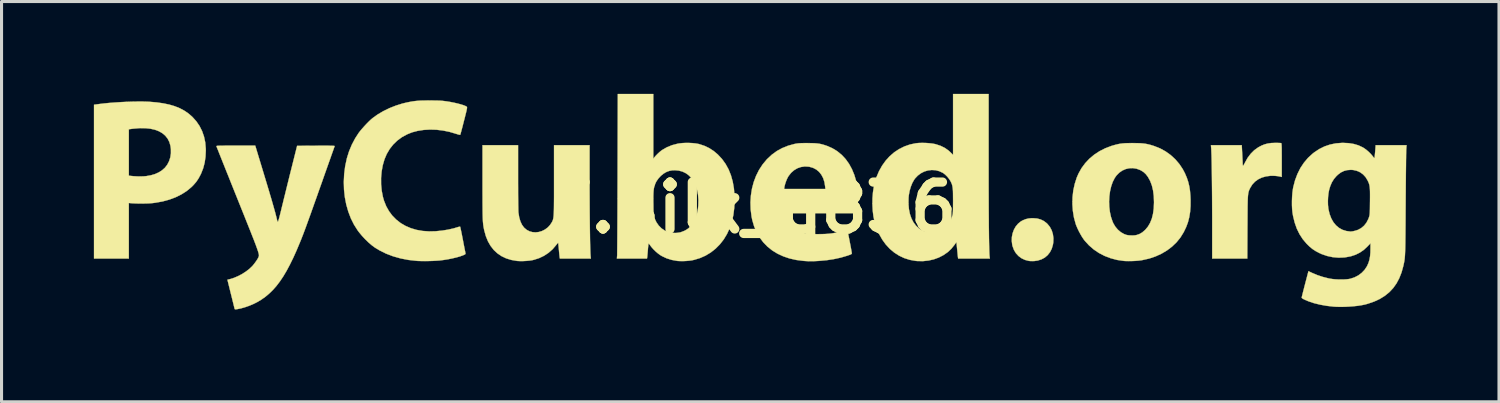
<source format=kicad_pcb>
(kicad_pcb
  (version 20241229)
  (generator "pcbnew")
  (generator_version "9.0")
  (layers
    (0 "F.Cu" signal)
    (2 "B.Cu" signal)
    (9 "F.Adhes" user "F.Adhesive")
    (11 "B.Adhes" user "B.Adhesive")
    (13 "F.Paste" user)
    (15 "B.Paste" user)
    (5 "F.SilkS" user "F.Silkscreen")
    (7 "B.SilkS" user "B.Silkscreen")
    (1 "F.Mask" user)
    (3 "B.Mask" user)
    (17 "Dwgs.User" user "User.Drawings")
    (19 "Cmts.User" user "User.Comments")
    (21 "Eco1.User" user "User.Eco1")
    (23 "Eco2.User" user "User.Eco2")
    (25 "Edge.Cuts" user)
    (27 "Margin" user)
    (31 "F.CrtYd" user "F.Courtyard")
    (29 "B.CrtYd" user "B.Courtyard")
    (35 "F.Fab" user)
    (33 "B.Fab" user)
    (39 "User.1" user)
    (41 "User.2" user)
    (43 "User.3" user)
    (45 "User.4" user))
  (footprint "F.Silk_g836"
    (layer "F.Cu")
    (at 21.443 3.701)
    (property "Reference" "F.Silk_g836" (at 0 0 0) (layer "F.SilkS") (effects (font (size 1.524 1.524) (thickness 0.3))))
    (attr through_hole)
    (fp_poly (pts (xy 9.206 0.349) (xy 9.322 0.38) (xy 9.427 0.431) (xy 9.521 0.503) (xy 9.544 0.526) (xy 9.623 0.623) (xy 9.682 0.734) (xy 9.72 0.856) (xy 9.738 0.987) (xy 9.734 1.123) (xy 9.721 1.203) (xy 9.683 1.332) (xy 9.625 1.445) (xy 9.549 1.541) (xy 9.457 1.619) (xy 9.349 1.677) (xy 9.226 1.716) (xy 9.111 1.732) (xy 9.051 1.733) (xy 8.99 1.732) (xy 8.941 1.727) (xy 8.94 1.727) (xy 8.816 1.695) (xy 8.703 1.642) (xy 8.604 1.569) (xy 8.521 1.479) (xy 8.456 1.372) (xy 8.411 1.251) (xy 8.4 1.209) (xy 8.384 1.079) (xy 8.388 0.952) (xy 8.412 0.829) (xy 8.454 0.714) (xy 8.512 0.61) (xy 8.587 0.52) (xy 8.675 0.447) (xy 8.738 0.411) (xy 8.832 0.372) (xy 8.924 0.349) (xy 9.025 0.339) (xy 9.075 0.339) (xy 9.206 0.349)) (stroke (width 0.01) (type solid)) (fill yes) (layer "F.SilkS"))
    (fp_poly (pts (xy -19.852 -3.451) (xy -19.704 -3.447) (xy -19.643 -3.444) (xy -19.405 -3.424) (xy -19.188 -3.393) (xy -18.992 -3.352) (xy -18.814 -3.299) (xy -18.652 -3.234) (xy -18.505 -3.156) (xy -18.372 -3.065) (xy -18.25 -2.96) (xy -18.243 -2.953) (xy -18.115 -2.811) (xy -18.009 -2.656) (xy -17.925 -2.489) (xy -17.863 -2.31) (xy -17.823 -2.119) (xy -17.806 -1.917) (xy -17.805 -1.862) (xy -17.815 -1.656) (xy -17.843 -1.465) (xy -17.89 -1.285) (xy -17.958 -1.112) (xy -17.977 -1.073) (xy -18.044 -0.949) (xy -18.117 -0.841) (xy -18.203 -0.741) (xy -18.273 -0.671) (xy -18.425 -0.545) (xy -18.596 -0.436) (xy -18.784 -0.342) (xy -18.99 -0.265) (xy -19.21 -0.205) (xy -19.446 -0.163) (xy -19.533 -0.152) (xy -19.616 -0.145) (xy -19.718 -0.14) (xy -19.83 -0.138) (xy -19.944 -0.137) (xy -20.053 -0.139) (xy -20.15 -0.143) (xy -20.19 -0.145) (xy -20.307 -0.155) (xy -20.307 1.651) (xy -21.438 1.651) (xy -21.438 -2.55) (xy -20.307 -2.55) (xy -20.307 -1.043) (xy -20.253 -1.036) (xy -20.154 -1.026) (xy -20.044 -1.02) (xy -19.933 -1.018) (xy -19.829 -1.021) (xy -19.741 -1.028) (xy -19.737 -1.029) (xy -19.587 -1.056) (xy -19.455 -1.095) (xy -19.335 -1.149) (xy -19.232 -1.214) (xy -19.137 -1.297) (xy -19.059 -1.397) (xy -19 -1.511) (xy -18.959 -1.636) (xy -18.939 -1.77) (xy -18.94 -1.911) (xy -18.954 -2.012) (xy -18.99 -2.137) (xy -19.046 -2.246) (xy -19.122 -2.342) (xy -19.217 -2.422) (xy -19.33 -2.487) (xy -19.461 -2.536) (xy -19.609 -2.569) (xy -19.774 -2.586) (xy -19.955 -2.587) (xy -20.15 -2.571) (xy -20.209 -2.564) (xy -20.307 -2.55) (xy -21.438 -2.55) (xy -21.438 -3.348) (xy -21.276 -3.37) (xy -21.119 -3.389) (xy -20.947 -3.406) (xy -20.764 -3.42) (xy -20.574 -3.432) (xy -20.383 -3.442) (xy -20.196 -3.448) (xy -20.017 -3.451) (xy -19.852 -3.451)) (stroke (width 0.01) (type solid)) (fill yes) (layer "F.SilkS"))
    (fp_poly (pts (xy 17.013 -2.108) (xy 17.07 -2.106) (xy 17.112 -2.104) (xy 17.136 -2.101) (xy 17.138 -2.1) (xy 17.143 -2.096) (xy 17.147 -2.087) (xy 17.15 -2.07) (xy 17.152 -2.043) (xy 17.154 -2.004) (xy 17.156 -1.951) (xy 17.157 -1.881) (xy 17.157 -1.792) (xy 17.158 -1.683) (xy 17.158 -1.551) (xy 17.158 -1.547) (xy 17.158 -1) (xy 17.129 -1.008) (xy 17.04 -1.026) (xy 16.936 -1.037) (xy 16.827 -1.039) (xy 16.788 -1.038) (xy 16.643 -1.019) (xy 16.51 -0.981) (xy 16.391 -0.924) (xy 16.287 -0.848) (xy 16.201 -0.756) (xy 16.133 -0.646) (xy 16.131 -0.642) (xy 16.117 -0.613) (xy 16.104 -0.586) (xy 16.093 -0.559) (xy 16.084 -0.532) (xy 16.076 -0.502) (xy 16.069 -0.467) (xy 16.064 -0.426) (xy 16.059 -0.376) (xy 16.055 -0.316) (xy 16.052 -0.244) (xy 16.05 -0.159) (xy 16.048 -0.058) (xy 16.047 0.06) (xy 16.046 0.198) (xy 16.045 0.356) (xy 16.044 0.537) (xy 16.043 0.632) (xy 16.038 1.651) (xy 14.897 1.651) (xy 14.897 0.505) (xy 14.897 0.287) (xy 14.896 0.069) (xy 14.895 -0.147) (xy 14.894 -0.359) (xy 14.892 -0.565) (xy 14.89 -0.764) (xy 14.888 -0.954) (xy 14.886 -1.133) (xy 14.883 -1.3) (xy 14.881 -1.452) (xy 14.878 -1.588) (xy 14.875 -1.706) (xy 14.871 -1.804) (xy 14.868 -1.881) (xy 14.865 -1.935) (xy 14.864 -1.946) (xy 14.856 -2.032) (xy 15.858 -2.032) (xy 15.873 -1.756) (xy 15.877 -1.671) (xy 15.881 -1.592) (xy 15.885 -1.522) (xy 15.887 -1.468) (xy 15.888 -1.433) (xy 15.888 -1.426) (xy 15.89 -1.392) (xy 15.896 -1.369) (xy 15.899 -1.366) (xy 15.909 -1.374) (xy 15.926 -1.4) (xy 15.948 -1.44) (xy 15.962 -1.466) (xy 16.048 -1.621) (xy 16.148 -1.754) (xy 16.262 -1.868) (xy 16.392 -1.962) (xy 16.501 -2.02) (xy 16.6 -2.06) (xy 16.701 -2.087) (xy 16.811 -2.103) (xy 16.938 -2.108) (xy 16.949 -2.108) (xy 17.013 -2.108)) (stroke (width 0.01) (type solid)) (fill yes) (layer "F.SilkS"))
    (fp_poly (pts (xy -7.658 -0.987) (xy -7.658 -0.813) (xy -7.657 -0.647) (xy -7.657 -0.491) (xy -7.656 -0.347) (xy -7.654 -0.216) (xy -7.653 -0.101) (xy -7.651 -0.004) (xy -7.65 0.074) (xy -7.648 0.13) (xy -7.646 0.163) (xy -7.645 0.165) (xy -7.621 0.314) (xy -7.583 0.442) (xy -7.532 0.551) (xy -7.467 0.64) (xy -7.459 0.649) (xy -7.379 0.717) (xy -7.288 0.765) (xy -7.19 0.792) (xy -7.088 0.799) (xy -6.985 0.788) (xy -6.883 0.757) (xy -6.787 0.709) (xy -6.698 0.644) (xy -6.621 0.562) (xy -6.562 0.473) (xy -6.55 0.451) (xy -6.54 0.429) (xy -6.531 0.407) (xy -6.523 0.383) (xy -6.516 0.355) (xy -6.51 0.322) (xy -6.505 0.281) (xy -6.501 0.231) (xy -6.498 0.171) (xy -6.495 0.099) (xy -6.493 0.013) (xy -6.492 -0.089) (xy -6.491 -0.207) (xy -6.49 -0.345) (xy -6.49 -0.502) (xy -6.49 -0.682) (xy -6.49 -0.885) (xy -6.49 -0.899) (xy -6.49 -2.032) (xy -5.334 -2.032) (xy -5.334 -0.822) (xy -5.334 -0.588) (xy -5.333 -0.357) (xy -5.332 -0.132) (xy -5.331 0.087) (xy -5.329 0.297) (xy -5.327 0.498) (xy -5.325 0.686) (xy -5.322 0.862) (xy -5.32 1.023) (xy -5.317 1.167) (xy -5.313 1.293) (xy -5.31 1.399) (xy -5.307 1.484) (xy -5.303 1.547) (xy -5.301 1.572) (xy -5.293 1.651) (xy -6.299 1.651) (xy -6.305 1.622) (xy -6.308 1.601) (xy -6.313 1.559) (xy -6.319 1.501) (xy -6.326 1.432) (xy -6.331 1.372) (xy -6.338 1.299) (xy -6.344 1.235) (xy -6.349 1.184) (xy -6.353 1.15) (xy -6.355 1.138) (xy -6.363 1.142) (xy -6.382 1.163) (xy -6.41 1.197) (xy -6.425 1.217) (xy -6.538 1.349) (xy -6.67 1.465) (xy -6.816 1.561) (xy -6.975 1.637) (xy -7.143 1.691) (xy -7.193 1.703) (xy -7.284 1.717) (xy -7.389 1.727) (xy -7.498 1.733) (xy -7.602 1.733) (xy -7.692 1.728) (xy -7.697 1.727) (xy -7.879 1.695) (xy -8.045 1.644) (xy -8.196 1.572) (xy -8.33 1.481) (xy -8.448 1.371) (xy -8.55 1.241) (xy -8.636 1.092) (xy -8.705 0.923) (xy -8.757 0.736) (xy -8.763 0.708) (xy -8.771 0.667) (xy -8.779 0.627) (xy -8.785 0.588) (xy -8.791 0.547) (xy -8.795 0.502) (xy -8.8 0.453) (xy -8.803 0.396) (xy -8.806 0.33) (xy -8.808 0.254) (xy -8.81 0.166) (xy -8.811 0.064) (xy -8.812 -0.054) (xy -8.813 -0.19) (xy -8.813 -0.345) (xy -8.814 -0.521) (xy -8.814 -0.719) (xy -8.814 -0.828) (xy -8.814 -2.032) (xy -7.658 -2.032) (xy -7.658 -0.987)) (stroke (width 0.01) (type solid)) (fill yes) (layer "F.SilkS"))
    (fp_poly (pts (xy 12.45 -2.1) (xy 12.555 -2.097) (xy 12.645 -2.09) (xy 12.727 -2.08) (xy 12.806 -2.064) (xy 12.887 -2.044) (xy 12.976 -2.017) (xy 13.018 -2.003) (xy 13.208 -1.927) (xy 13.386 -1.829) (xy 13.55 -1.711) (xy 13.698 -1.575) (xy 13.83 -1.421) (xy 13.943 -1.251) (xy 14.013 -1.117) (xy 14.072 -0.978) (xy 14.118 -0.841) (xy 14.152 -0.7) (xy 14.176 -0.549) (xy 14.19 -0.383) (xy 14.195 -0.26) (xy 14.194 -0.055) (xy 14.18 0.133) (xy 14.152 0.306) (xy 14.11 0.47) (xy 14.051 0.629) (xy 13.975 0.787) (xy 13.968 0.8) (xy 13.863 0.969) (xy 13.738 1.123) (xy 13.593 1.262) (xy 13.431 1.385) (xy 13.253 1.491) (xy 13.059 1.58) (xy 12.852 1.65) (xy 12.632 1.7) (xy 12.59 1.707) (xy 12.498 1.719) (xy 12.393 1.727) (xy 12.281 1.732) (xy 12.171 1.733) (xy 12.073 1.731) (xy 12.023 1.727) (xy 11.805 1.695) (xy 11.598 1.64) (xy 11.401 1.565) (xy 11.216 1.469) (xy 11.046 1.354) (xy 10.892 1.22) (xy 10.754 1.069) (xy 10.724 1.03) (xy 10.675 0.958) (xy 10.622 0.869) (xy 10.569 0.772) (xy 10.522 0.675) (xy 10.483 0.584) (xy 10.464 0.533) (xy 10.406 0.322) (xy 10.37 0.103) (xy 10.354 -0.12) (xy 10.356 -0.201) (xy 11.547 -0.201) (xy 11.553 -0.03) (xy 11.573 0.137) (xy 11.608 0.297) (xy 11.658 0.444) (xy 11.685 0.506) (xy 11.751 0.616) (xy 11.832 0.712) (xy 11.926 0.792) (xy 12.029 0.852) (xy 12.113 0.883) (xy 12.169 0.893) (xy 12.24 0.899) (xy 12.315 0.9) (xy 12.385 0.896) (xy 12.432 0.888) (xy 12.531 0.855) (xy 12.623 0.802) (xy 12.712 0.726) (xy 12.72 0.719) (xy 12.808 0.614) (xy 12.879 0.493) (xy 12.935 0.355) (xy 12.974 0.199) (xy 12.998 0.024) (xy 13.006 -0.171) (xy 13.006 -0.184) (xy 12.999 -0.382) (xy 12.976 -0.561) (xy 12.938 -0.721) (xy 12.884 -0.866) (xy 12.813 -0.995) (xy 12.806 -1.006) (xy 12.742 -1.09) (xy 12.673 -1.155) (xy 12.589 -1.209) (xy 12.554 -1.227) (xy 12.437 -1.27) (xy 12.318 -1.288) (xy 12.2 -1.284) (xy 12.085 -1.257) (xy 11.976 -1.209) (xy 11.877 -1.14) (xy 11.789 -1.051) (xy 11.73 -0.967) (xy 11.665 -0.84) (xy 11.615 -0.696) (xy 11.578 -0.538) (xy 11.556 -0.372) (xy 11.547 -0.201) (xy 10.356 -0.201) (xy 10.359 -0.342) (xy 10.384 -0.562) (xy 10.43 -0.774) (xy 10.495 -0.977) (xy 10.553 -1.111) (xy 10.652 -1.288) (xy 10.772 -1.45) (xy 10.91 -1.597) (xy 11.066 -1.727) (xy 11.24 -1.841) (xy 11.429 -1.936) (xy 11.632 -2.012) (xy 11.678 -2.025) (xy 11.762 -2.049) (xy 11.838 -2.067) (xy 11.91 -2.081) (xy 11.984 -2.09) (xy 12.064 -2.097) (xy 12.157 -2.1) (xy 12.267 -2.101) (xy 12.325 -2.101) (xy 12.45 -2.1)) (stroke (width 0.01) (type solid)) (fill yes) (layer "F.SilkS"))
    (fp_poly (pts (xy 1.868 -2.1) (xy 1.97 -2.097) (xy 2.057 -2.09) (xy 2.134 -2.08) (xy 2.208 -2.064) (xy 2.282 -2.043) (xy 2.363 -2.016) (xy 2.386 -2.008) (xy 2.558 -1.932) (xy 2.715 -1.836) (xy 2.858 -1.719) (xy 2.985 -1.583) (xy 3.096 -1.428) (xy 3.191 -1.254) (xy 3.27 -1.062) (xy 3.332 -0.852) (xy 3.349 -0.776) (xy 3.36 -0.723) (xy 3.368 -0.677) (xy 3.374 -0.632) (xy 3.378 -0.584) (xy 3.381 -0.529) (xy 3.383 -0.461) (xy 3.383 -0.375) (xy 3.384 -0.305) (xy 3.384 -0.213) (xy 3.383 -0.124) (xy 3.381 -0.044) (xy 3.379 0.024) (xy 3.376 0.074) (xy 3.374 0.092) (xy 3.363 0.178) (xy 0.992 0.178) (xy 1 0.225) (xy 1.031 0.346) (xy 1.086 0.457) (xy 1.162 0.557) (xy 1.259 0.645) (xy 1.376 0.721) (xy 1.512 0.783) (xy 1.633 0.822) (xy 1.673 0.833) (xy 1.709 0.841) (xy 1.744 0.847) (xy 1.783 0.851) (xy 1.829 0.854) (xy 1.888 0.855) (xy 1.963 0.856) (xy 2.058 0.857) (xy 2.07 0.857) (xy 2.21 0.856) (xy 2.331 0.852) (xy 2.439 0.844) (xy 2.539 0.833) (xy 2.637 0.816) (xy 2.74 0.794) (xy 2.831 0.772) (xy 2.892 0.757) (xy 2.946 0.743) (xy 2.989 0.733) (xy 3.011 0.728) (xy 3.044 0.722) (xy 3.116 1.09) (xy 3.134 1.184) (xy 3.151 1.271) (xy 3.165 1.348) (xy 3.176 1.41) (xy 3.184 1.456) (xy 3.188 1.48) (xy 3.188 1.483) (xy 3.184 1.495) (xy 3.171 1.506) (xy 3.145 1.52) (xy 3.101 1.536) (xy 3.038 1.558) (xy 3.032 1.56) (xy 2.823 1.621) (xy 2.607 1.668) (xy 2.379 1.703) (xy 2.133 1.726) (xy 2.115 1.727) (xy 2.01 1.733) (xy 1.923 1.737) (xy 1.847 1.737) (xy 1.773 1.736) (xy 1.694 1.732) (xy 1.613 1.726) (xy 1.38 1.696) (xy 1.162 1.647) (xy 0.959 1.578) (xy 0.771 1.491) (xy 0.6 1.386) (xy 0.446 1.263) (xy 0.31 1.123) (xy 0.192 0.966) (xy 0.092 0.793) (xy 0.012 0.605) (xy -0.047 0.402) (xy -0.071 0.286) (xy -0.1 0.054) (xy -0.107 -0.176) (xy -0.092 -0.402) (xy -0.059 -0.61) (xy 0.987 -0.61) (xy 2.328 -0.61) (xy 2.32 -0.691) (xy 2.297 -0.835) (xy 2.256 -0.963) (xy 2.197 -1.074) (xy 2.123 -1.167) (xy 2.033 -1.242) (xy 1.928 -1.297) (xy 1.81 -1.331) (xy 1.785 -1.335) (xy 1.657 -1.342) (xy 1.534 -1.324) (xy 1.418 -1.284) (xy 1.312 -1.221) (xy 1.216 -1.138) (xy 1.135 -1.035) (xy 1.114 -1.002) (xy 1.079 -0.933) (xy 1.046 -0.851) (xy 1.018 -0.765) (xy 0.998 -0.687) (xy 0.995 -0.664) (xy 0.987 -0.61) (xy -0.059 -0.61) (xy -0.057 -0.623) (xy -0.001 -0.835) (xy 0.076 -1.038) (xy 0.171 -1.228) (xy 0.286 -1.405) (xy 0.419 -1.566) (xy 0.441 -1.588) (xy 0.591 -1.728) (xy 0.753 -1.845) (xy 0.927 -1.94) (xy 1.116 -2.016) (xy 1.32 -2.072) (xy 1.321 -2.072) (xy 1.369 -2.082) (xy 1.413 -2.089) (xy 1.458 -2.094) (xy 1.511 -2.098) (xy 1.574 -2.1) (xy 1.654 -2.101) (xy 1.746 -2.101) (xy 1.868 -2.1)) (stroke (width 0.01) (type solid)) (fill yes) (layer "F.SilkS"))
    (fp_poly (pts (xy 7.633 -1.502) (xy 7.633 -1.128) (xy 7.633 -0.779) (xy 7.634 -0.455) (xy 7.635 -0.156) (xy 7.636 0.119) (xy 7.638 0.37) (xy 7.639 0.598) (xy 7.642 0.801) (xy 7.644 0.982) (xy 7.647 1.139) (xy 7.65 1.274) (xy 7.653 1.387) (xy 7.656 1.477) (xy 7.66 1.545) (xy 7.664 1.592) (xy 7.665 1.597) (xy 7.672 1.651) (xy 6.643 1.651) (xy 6.636 1.61) (xy 6.633 1.584) (xy 6.628 1.537) (xy 6.622 1.476) (xy 6.615 1.405) (xy 6.609 1.346) (xy 6.602 1.274) (xy 6.596 1.211) (xy 6.591 1.162) (xy 6.587 1.131) (xy 6.586 1.121) (xy 6.578 1.129) (xy 6.559 1.154) (xy 6.534 1.19) (xy 6.524 1.204) (xy 6.421 1.332) (xy 6.301 1.444) (xy 6.164 1.539) (xy 6.013 1.617) (xy 5.851 1.676) (xy 5.68 1.715) (xy 5.502 1.734) (xy 5.32 1.732) (xy 5.258 1.726) (xy 5.069 1.692) (xy 4.89 1.635) (xy 4.722 1.556) (xy 4.566 1.456) (xy 4.423 1.336) (xy 4.293 1.196) (xy 4.178 1.038) (xy 4.078 0.862) (xy 3.994 0.67) (xy 3.928 0.461) (xy 3.926 0.453) (xy 3.889 0.28) (xy 3.866 0.091) (xy 3.856 -0.107) (xy 3.856 -0.132) (xy 5.028 -0.132) (xy 5.042 0.042) (xy 5.074 0.201) (xy 5.123 0.345) (xy 5.189 0.472) (xy 5.271 0.581) (xy 5.368 0.671) (xy 5.372 0.674) (xy 5.435 0.715) (xy 5.51 0.753) (xy 5.587 0.784) (xy 5.655 0.803) (xy 5.664 0.804) (xy 5.726 0.81) (xy 5.799 0.811) (xy 5.874 0.807) (xy 5.939 0.798) (xy 5.962 0.793) (xy 6.081 0.75) (xy 6.188 0.685) (xy 6.28 0.6) (xy 6.356 0.498) (xy 6.415 0.38) (xy 6.451 0.265) (xy 6.459 0.232) (xy 6.465 0.199) (xy 6.469 0.162) (xy 6.472 0.119) (xy 6.474 0.065) (xy 6.476 -0.003) (xy 6.476 -0.089) (xy 6.477 -0.195) (xy 6.477 -0.229) (xy 6.476 -0.354) (xy 6.475 -0.458) (xy 6.473 -0.543) (xy 6.468 -0.612) (xy 6.461 -0.669) (xy 6.452 -0.718) (xy 6.44 -0.761) (xy 6.424 -0.802) (xy 6.404 -0.844) (xy 6.392 -0.867) (xy 6.346 -0.939) (xy 6.287 -1.012) (xy 6.221 -1.077) (xy 6.156 -1.128) (xy 6.144 -1.135) (xy 6.028 -1.189) (xy 5.907 -1.22) (xy 5.785 -1.227) (xy 5.662 -1.213) (xy 5.544 -1.178) (xy 5.433 -1.122) (xy 5.331 -1.046) (xy 5.242 -0.952) (xy 5.212 -0.91) (xy 5.152 -0.804) (xy 5.102 -0.679) (xy 5.063 -0.543) (xy 5.038 -0.401) (xy 5.031 -0.32) (xy 5.028 -0.132) (xy 3.856 -0.132) (xy 3.858 -0.307) (xy 3.874 -0.504) (xy 3.903 -0.69) (xy 3.925 -0.79) (xy 3.989 -0.998) (xy 4.072 -1.192) (xy 4.172 -1.37) (xy 4.288 -1.532) (xy 4.419 -1.676) (xy 4.565 -1.802) (xy 4.724 -1.907) (xy 4.895 -1.992) (xy 5.077 -2.056) (xy 5.269 -2.096) (xy 5.27 -2.096) (xy 5.362 -2.105) (xy 5.469 -2.108) (xy 5.584 -2.106) (xy 5.699 -2.098) (xy 5.805 -2.086) (xy 5.896 -2.069) (xy 5.912 -2.065) (xy 6.068 -2.014) (xy 6.205 -1.947) (xy 6.324 -1.864) (xy 6.379 -1.815) (xy 6.477 -1.718) (xy 6.477 -3.696) (xy 7.633 -3.696) (xy 7.633 -1.502)) (stroke (width 0.01) (type solid)) (fill yes) (layer "F.SilkS"))
    (fp_poly (pts (xy -3.264 -2.645) (xy -3.264 -1.594) (xy -3.23 -1.638) (xy -3.185 -1.69) (xy -3.127 -1.749) (xy -3.064 -1.808) (xy -3.002 -1.858) (xy -2.974 -1.878) (xy -2.822 -1.966) (xy -2.657 -2.033) (xy -2.475 -2.081) (xy -2.424 -2.09) (xy -2.329 -2.101) (xy -2.22 -2.107) (xy -2.105 -2.107) (xy -1.992 -2.101) (xy -1.886 -2.09) (xy -1.797 -2.074) (xy -1.778 -2.07) (xy -1.604 -2.013) (xy -1.445 -1.937) (xy -1.298 -1.841) (xy -1.168 -1.731) (xy -1.032 -1.585) (xy -0.915 -1.423) (xy -0.818 -1.247) (xy -0.741 -1.055) (xy -0.683 -0.848) (xy -0.644 -0.624) (xy -0.625 -0.384) (xy -0.622 -0.254) (xy -0.633 0.000052) (xy -0.663 0.239) (xy -0.714 0.463) (xy -0.781 0.662) (xy -0.87 0.854) (xy -0.977 1.031) (xy -1.102 1.19) (xy -1.241 1.33) (xy -1.396 1.452) (xy -1.564 1.554) (xy -1.744 1.634) (xy -1.935 1.692) (xy -2.007 1.708) (xy -2.087 1.719) (xy -2.181 1.728) (xy -2.279 1.733) (xy -2.374 1.733) (xy -2.457 1.73) (xy -2.486 1.727) (xy -2.667 1.694) (xy -2.833 1.642) (xy -2.983 1.571) (xy -3.043 1.535) (xy -3.115 1.482) (xy -3.19 1.418) (xy -3.262 1.347) (xy -3.324 1.277) (xy -3.366 1.22) (xy -3.389 1.188) (xy -3.408 1.168) (xy -3.417 1.165) (xy -3.421 1.18) (xy -3.426 1.217) (xy -3.432 1.269) (xy -3.438 1.332) (xy -3.44 1.365) (xy -3.446 1.436) (xy -3.452 1.502) (xy -3.457 1.557) (xy -3.461 1.595) (xy -3.462 1.603) (xy -3.469 1.651) (xy -4.447 1.651) (xy -4.439 1.553) (xy -4.438 1.53) (xy -4.438 1.484) (xy -4.437 1.414) (xy -4.436 1.323) (xy -4.435 1.212) (xy -4.434 1.081) (xy -4.433 0.933) (xy -4.432 0.768) (xy -4.431 0.588) (xy -4.43 0.393) (xy -4.429 0.186) (xy -4.428 -0.033) (xy -4.427 -0.262) (xy -4.427 -0.288) (xy -3.263 -0.288) (xy -3.262 -0.16) (xy -3.261 -0.137) (xy -3.26 -0.028) (xy -3.259 0.059) (xy -3.257 0.127) (xy -3.255 0.18) (xy -3.252 0.221) (xy -3.248 0.253) (xy -3.243 0.28) (xy -3.236 0.304) (xy -3.227 0.33) (xy -3.223 0.343) (xy -3.165 0.467) (xy -3.091 0.575) (xy -3.002 0.666) (xy -2.899 0.737) (xy -2.786 0.787) (xy -2.663 0.815) (xy -2.534 0.819) (xy -2.533 0.819) (xy -2.473 0.813) (xy -2.412 0.804) (xy -2.363 0.793) (xy -2.362 0.792) (xy -2.238 0.743) (xy -2.129 0.674) (xy -2.035 0.584) (xy -1.956 0.474) (xy -1.893 0.346) (xy -1.845 0.198) (xy -1.814 0.032) (xy -1.803 -0.069) (xy -1.798 -0.25) (xy -1.81 -0.418) (xy -1.839 -0.575) (xy -1.884 -0.717) (xy -1.943 -0.844) (xy -2.017 -0.954) (xy -2.104 -1.047) (xy -2.203 -1.121) (xy -2.315 -1.175) (xy -2.437 -1.208) (xy -2.565 -1.219) (xy -2.655 -1.215) (xy -2.732 -1.201) (xy -2.809 -1.175) (xy -2.857 -1.153) (xy -2.936 -1.105) (xy -3.016 -1.039) (xy -3.089 -0.962) (xy -3.149 -0.879) (xy -3.179 -0.826) (xy -3.202 -0.774) (xy -3.22 -0.726) (xy -3.235 -0.675) (xy -3.246 -0.621) (xy -3.254 -0.558) (xy -3.259 -0.484) (xy -3.262 -0.395) (xy -3.263 -0.288) (xy -4.427 -0.288) (xy -4.427 -0.5) (xy -4.426 -0.746) (xy -4.425 -0.999) (xy -4.425 -1.121) (xy -4.418 -3.696) (xy -3.264 -3.696) (xy -3.264 -2.645)) (stroke (width 0.01) (type solid)) (fill yes) (layer "F.SilkS"))
    (fp_poly (pts (xy -10.522 -3.486) (xy -10.409 -3.485) (xy -10.316 -3.484) (xy -10.239 -3.482) (xy -10.173 -3.479) (xy -10.113 -3.474) (xy -10.054 -3.467) (xy -9.991 -3.459) (xy -9.97 -3.456) (xy -9.85 -3.436) (xy -9.735 -3.413) (xy -9.626 -3.388) (xy -9.528 -3.362) (xy -9.443 -3.336) (xy -9.377 -3.311) (xy -9.332 -3.287) (xy -9.328 -3.285) (xy -9.322 -3.279) (xy -9.318 -3.271) (xy -9.317 -3.258) (xy -9.318 -3.238) (xy -9.323 -3.208) (xy -9.332 -3.165) (xy -9.345 -3.108) (xy -9.364 -3.034) (xy -9.387 -2.94) (xy -9.417 -2.824) (xy -9.443 -2.722) (xy -9.467 -2.627) (xy -9.489 -2.544) (xy -9.508 -2.473) (xy -9.523 -2.419) (xy -9.533 -2.384) (xy -9.538 -2.371) (xy -9.553 -2.37) (xy -9.587 -2.377) (xy -9.634 -2.391) (xy -9.679 -2.405) (xy -9.889 -2.467) (xy -10.101 -2.51) (xy -10.313 -2.535) (xy -10.523 -2.541) (xy -10.726 -2.529) (xy -10.92 -2.499) (xy -11.102 -2.451) (xy -11.26 -2.388) (xy -11.43 -2.296) (xy -11.581 -2.185) (xy -11.715 -2.056) (xy -11.829 -1.911) (xy -11.925 -1.749) (xy -12 -1.572) (xy -12.001 -1.568) (xy -12.056 -1.379) (xy -12.092 -1.177) (xy -12.11 -0.969) (xy -12.109 -0.759) (xy -12.089 -0.553) (xy -12.051 -0.355) (xy -12.015 -0.229) (xy -11.943 -0.05) (xy -11.852 0.112) (xy -11.743 0.258) (xy -11.616 0.386) (xy -11.473 0.498) (xy -11.315 0.59) (xy -11.142 0.664) (xy -10.956 0.719) (xy -10.757 0.754) (xy -10.546 0.768) (xy -10.336 0.763) (xy -10.125 0.742) (xy -9.933 0.711) (xy -9.752 0.67) (xy -9.629 0.633) (xy -9.587 0.621) (xy -9.556 0.614) (xy -9.541 0.615) (xy -9.537 0.628) (xy -9.529 0.664) (xy -9.517 0.719) (xy -9.502 0.79) (xy -9.485 0.874) (xy -9.467 0.968) (xy -9.453 1.038) (xy -9.434 1.139) (xy -9.416 1.232) (xy -9.4 1.315) (xy -9.386 1.385) (xy -9.375 1.438) (xy -9.369 1.472) (xy -9.367 1.482) (xy -9.366 1.497) (xy -9.376 1.51) (xy -9.399 1.524) (xy -9.442 1.543) (xy -9.452 1.547) (xy -9.549 1.582) (xy -9.666 1.615) (xy -9.797 1.646) (xy -9.936 1.674) (xy -10.078 1.697) (xy -10.217 1.714) (xy -10.317 1.721) (xy -10.432 1.727) (xy -10.554 1.731) (xy -10.677 1.733) (xy -10.794 1.732) (xy -10.896 1.729) (xy -10.947 1.726) (xy -11.217 1.696) (xy -11.475 1.646) (xy -11.72 1.577) (xy -11.951 1.489) (xy -12.166 1.382) (xy -12.312 1.293) (xy -12.412 1.219) (xy -12.517 1.129) (xy -12.624 1.025) (xy -12.727 0.915) (xy -12.821 0.802) (xy -12.87 0.737) (xy -12.99 0.548) (xy -13.092 0.344) (xy -13.175 0.126) (xy -13.241 -0.104) (xy -13.287 -0.343) (xy -13.314 -0.589) (xy -13.321 -0.84) (xy -13.309 -1.094) (xy -13.277 -1.347) (xy -13.223 -1.599) (xy -13.22 -1.612) (xy -13.151 -1.832) (xy -13.061 -2.049) (xy -12.951 -2.257) (xy -12.841 -2.427) (xy -12.793 -2.49) (xy -12.731 -2.564) (xy -12.661 -2.643) (xy -12.587 -2.723) (xy -12.514 -2.797) (xy -12.447 -2.861) (xy -12.391 -2.909) (xy -12.225 -3.029) (xy -12.039 -3.139) (xy -11.838 -3.237) (xy -11.628 -3.32) (xy -11.414 -3.387) (xy -11.271 -3.421) (xy -11.176 -3.44) (xy -11.093 -3.455) (xy -11.015 -3.466) (xy -10.937 -3.474) (xy -10.856 -3.48) (xy -10.764 -3.484) (xy -10.658 -3.485) (xy -10.532 -3.486) (xy -10.522 -3.486)) (stroke (width 0.01) (type solid)) (fill yes) (layer "F.SilkS"))
    (fp_poly (pts (xy -16.832 -2.019) (xy -16.199 -2.019) (xy -15.921 -1.102) (xy -15.847 -0.857) (xy -15.78 -0.635) (xy -15.721 -0.436) (xy -15.668 -0.258) (xy -15.623 -0.101) (xy -15.584 0.037) (xy -15.551 0.155) (xy -15.525 0.256) (xy -15.504 0.339) (xy -15.494 0.384) (xy -15.483 0.423) (xy -15.471 0.45) (xy -15.462 0.457) (xy -15.456 0.445) (xy -15.444 0.41) (xy -15.427 0.354) (xy -15.407 0.279) (xy -15.384 0.187) (xy -15.357 0.08) (xy -15.35 0.048) (xy -15.329 -0.039) (xy -15.302 -0.147) (xy -15.272 -0.273) (xy -15.237 -0.412) (xy -15.2 -0.562) (xy -15.162 -0.718) (xy -15.122 -0.878) (xy -15.083 -1.037) (xy -15.045 -1.187) (xy -14.838 -2.013) (xy -14.225 -2.016) (xy -14.08 -2.017) (xy -13.958 -2.017) (xy -13.858 -2.017) (xy -13.778 -2.016) (xy -13.716 -2.015) (xy -13.671 -2.013) (xy -13.641 -2.011) (xy -13.624 -2.008) (xy -13.618 -2.005) (xy -13.618 -2.004) (xy -13.623 -1.99) (xy -13.636 -1.953) (xy -13.656 -1.896) (xy -13.683 -1.82) (xy -13.716 -1.727) (xy -13.754 -1.618) (xy -13.798 -1.495) (xy -13.846 -1.36) (xy -13.898 -1.213) (xy -13.953 -1.058) (xy -14.01 -0.895) (xy -14.039 -0.813) (xy -14.124 -0.575) (xy -14.2 -0.359) (xy -14.27 -0.164) (xy -14.332 0.011) (xy -14.388 0.169) (xy -14.439 0.31) (xy -14.485 0.437) (xy -14.526 0.55) (xy -14.563 0.651) (xy -14.597 0.743) (xy -14.628 0.825) (xy -14.657 0.901) (xy -14.684 0.97) (xy -14.71 1.036) (xy -14.736 1.099) (xy -14.74 1.109) (xy -14.852 1.377) (xy -14.962 1.622) (xy -15.071 1.844) (xy -15.178 2.045) (xy -15.286 2.227) (xy -15.396 2.391) (xy -15.507 2.537) (xy -15.622 2.668) (xy -15.742 2.785) (xy -15.866 2.89) (xy -15.997 2.983) (xy -16.136 3.066) (xy -16.157 3.077) (xy -16.273 3.134) (xy -16.401 3.187) (xy -16.533 3.233) (xy -16.66 3.269) (xy -16.776 3.293) (xy -16.801 3.297) (xy -16.839 3.301) (xy -16.859 3.298) (xy -16.868 3.287) (xy -16.872 3.275) (xy -16.876 3.256) (xy -16.886 3.215) (xy -16.901 3.156) (xy -16.919 3.081) (xy -16.941 2.993) (xy -16.965 2.895) (xy -16.991 2.792) (xy -17.103 2.339) (xy -17.021 2.319) (xy -16.89 2.278) (xy -16.756 2.221) (xy -16.623 2.151) (xy -16.498 2.07) (xy -16.386 1.983) (xy -16.292 1.893) (xy -16.27 1.867) (xy -16.216 1.799) (xy -16.167 1.731) (xy -16.126 1.669) (xy -16.098 1.618) (xy -16.092 1.603) (xy -16.087 1.591) (xy -16.083 1.578) (xy -16.08 1.564) (xy -16.079 1.548) (xy -16.08 1.528) (xy -16.084 1.504) (xy -16.091 1.474) (xy -16.102 1.437) (xy -16.116 1.392) (xy -16.135 1.337) (xy -16.158 1.272) (xy -16.186 1.196) (xy -16.22 1.107) (xy -16.26 1.003) (xy -16.307 0.885) (xy -16.36 0.75) (xy -16.421 0.598) (xy -16.489 0.428) (xy -16.565 0.237) (xy -16.65 0.026) (xy -16.744 -0.208) (xy -16.77 -0.273) (xy -16.85 -0.472) (xy -16.927 -0.664) (xy -17.001 -0.849) (xy -17.071 -1.025) (xy -17.138 -1.19) (xy -17.199 -1.344) (xy -17.256 -1.485) (xy -17.306 -1.612) (xy -17.351 -1.723) (xy -17.388 -1.817) (xy -17.418 -1.893) (xy -17.441 -1.949) (xy -17.454 -1.984) (xy -17.459 -1.997) (xy -17.459 -2.002) (xy -17.456 -2.006) (xy -17.446 -2.01) (xy -17.428 -2.013) (xy -17.401 -2.015) (xy -17.361 -2.016) (xy -17.307 -2.018) (xy -17.237 -2.018) (xy -17.148 -2.019) (xy -17.04 -2.019) (xy -16.909 -2.019) (xy -16.832 -2.019)) (stroke (width 0.01) (type solid)) (fill yes) (layer "F.SilkS"))
    (fp_poly (pts (xy 19.338 -2.099) (xy 19.502 -2.072) (xy 19.652 -2.027) (xy 19.79 -1.962) (xy 19.83 -1.938) (xy 19.904 -1.885) (xy 19.982 -1.818) (xy 20.055 -1.745) (xy 20.115 -1.674) (xy 20.12 -1.667) (xy 20.144 -1.636) (xy 20.162 -1.617) (xy 20.168 -1.613) (xy 20.172 -1.625) (xy 20.177 -1.658) (xy 20.182 -1.708) (xy 20.188 -1.771) (xy 20.193 -1.822) (xy 20.209 -2.032) (xy 21.213 -2.032) (xy 21.203 -1.889) (xy 21.202 -1.859) (xy 21.201 -1.804) (xy 21.199 -1.728) (xy 21.198 -1.632) (xy 21.196 -1.516) (xy 21.195 -1.384) (xy 21.193 -1.236) (xy 21.191 -1.075) (xy 21.19 -0.902) (xy 21.188 -0.718) (xy 21.187 -0.526) (xy 21.185 -0.327) (xy 21.184 -0.123) (xy 21.184 -0.114) (xy 21.182 0.129) (xy 21.181 0.347) (xy 21.18 0.544) (xy 21.178 0.719) (xy 21.177 0.875) (xy 21.175 1.013) (xy 21.174 1.135) (xy 21.172 1.241) (xy 21.17 1.333) (xy 21.167 1.414) (xy 21.164 1.483) (xy 21.161 1.544) (xy 21.157 1.597) (xy 21.153 1.643) (xy 21.148 1.685) (xy 21.142 1.723) (xy 21.136 1.759) (xy 21.129 1.795) (xy 21.121 1.832) (xy 21.112 1.872) (xy 21.108 1.892) (xy 21.051 2.099) (xy 20.977 2.287) (xy 20.887 2.457) (xy 20.779 2.609) (xy 20.652 2.744) (xy 20.508 2.861) (xy 20.344 2.963) (xy 20.16 3.048) (xy 19.957 3.118) (xy 19.864 3.144) (xy 19.756 3.166) (xy 19.629 3.186) (xy 19.489 3.201) (xy 19.341 3.212) (xy 19.193 3.219) (xy 19.048 3.221) (xy 18.915 3.217) (xy 18.848 3.213) (xy 18.62 3.187) (xy 18.405 3.149) (xy 18.205 3.1) (xy 18.024 3.039) (xy 17.917 2.994) (xy 17.858 2.965) (xy 17.82 2.941) (xy 17.805 2.924) (xy 17.805 2.922) (xy 17.808 2.906) (xy 17.817 2.867) (xy 17.831 2.81) (xy 17.849 2.738) (xy 17.871 2.653) (xy 17.895 2.558) (xy 17.915 2.481) (xy 18.025 2.061) (xy 18.153 2.121) (xy 18.313 2.188) (xy 18.488 2.246) (xy 18.667 2.292) (xy 18.707 2.301) (xy 18.804 2.316) (xy 18.912 2.326) (xy 19.027 2.331) (xy 19.14 2.331) (xy 19.246 2.326) (xy 19.338 2.316) (xy 19.384 2.307) (xy 19.52 2.263) (xy 19.644 2.199) (xy 19.755 2.116) (xy 19.85 2.017) (xy 19.925 1.904) (xy 19.937 1.88) (xy 19.978 1.785) (xy 20.008 1.686) (xy 20.027 1.578) (xy 20.038 1.455) (xy 20.04 1.342) (xy 20.041 1.154) (xy 19.944 1.256) (xy 19.826 1.367) (xy 19.697 1.456) (xy 19.557 1.526) (xy 19.403 1.577) (xy 19.232 1.609) (xy 19.187 1.615) (xy 19.004 1.622) (xy 18.818 1.606) (xy 18.634 1.567) (xy 18.456 1.506) (xy 18.371 1.467) (xy 18.254 1.405) (xy 18.153 1.338) (xy 18.059 1.26) (xy 17.966 1.169) (xy 17.841 1.021) (xy 17.735 0.858) (xy 17.647 0.679) (xy 17.578 0.483) (xy 17.526 0.271) (xy 17.506 0.152) (xy 17.495 0.043) (xy 17.489 -0.083) (xy 17.489 -0.218) (xy 17.489 -0.218) (xy 18.657 -0.218) (xy 18.66 -0.089) (xy 18.672 0.029) (xy 18.675 0.047) (xy 18.713 0.206) (xy 18.767 0.347) (xy 18.836 0.469) (xy 18.92 0.571) (xy 19.017 0.653) (xy 19.128 0.715) (xy 19.252 0.755) (xy 19.388 0.773) (xy 19.393 0.773) (xy 19.421 0.771) (xy 19.465 0.765) (xy 19.513 0.755) (xy 19.635 0.718) (xy 19.742 0.659) (xy 19.835 0.58) (xy 19.911 0.482) (xy 19.971 0.365) (xy 19.991 0.311) (xy 19.999 0.286) (xy 20.006 0.261) (xy 20.011 0.234) (xy 20.015 0.202) (xy 20.018 0.161) (xy 20.02 0.108) (xy 20.022 0.041) (xy 20.023 -0.044) (xy 20.024 -0.15) (xy 20.025 -0.204) (xy 20.026 -0.334) (xy 20.026 -0.442) (xy 20.025 -0.531) (xy 20.022 -0.603) (xy 20.017 -0.664) (xy 20.01 -0.714) (xy 20 -0.758) (xy 19.987 -0.799) (xy 19.97 -0.84) (xy 19.949 -0.884) (xy 19.949 -0.885) (xy 19.883 -0.994) (xy 19.801 -1.083) (xy 19.705 -1.153) (xy 19.596 -1.201) (xy 19.477 -1.228) (xy 19.4 -1.232) (xy 19.282 -1.223) (xy 19.176 -1.195) (xy 19.078 -1.147) (xy 18.984 -1.076) (xy 18.935 -1.03) (xy 18.854 -0.935) (xy 18.787 -0.827) (xy 18.734 -0.704) (xy 18.699 -0.59) (xy 18.677 -0.478) (xy 18.663 -0.351) (xy 18.657 -0.218) (xy 17.489 -0.218) (xy 17.494 -0.355) (xy 17.504 -0.487) (xy 17.52 -0.605) (xy 17.531 -0.668) (xy 17.589 -0.89) (xy 17.667 -1.097) (xy 17.762 -1.288) (xy 17.877 -1.462) (xy 18.009 -1.619) (xy 18.159 -1.757) (xy 18.211 -1.798) (xy 18.375 -1.907) (xy 18.546 -1.992) (xy 18.725 -2.053) (xy 18.915 -2.092) (xy 19.115 -2.108) (xy 19.158 -2.108) (xy 19.338 -2.099)) (stroke (width 0.01) (type solid)) (fill yes) (layer "F.SilkS")))
  (gr_rect
    (start -3 -3)
    (end 45.66 10.006)
    (stroke (width 0.1) (type default))
    (fill no)
    (layer "Edge.Cuts")))
</source>
